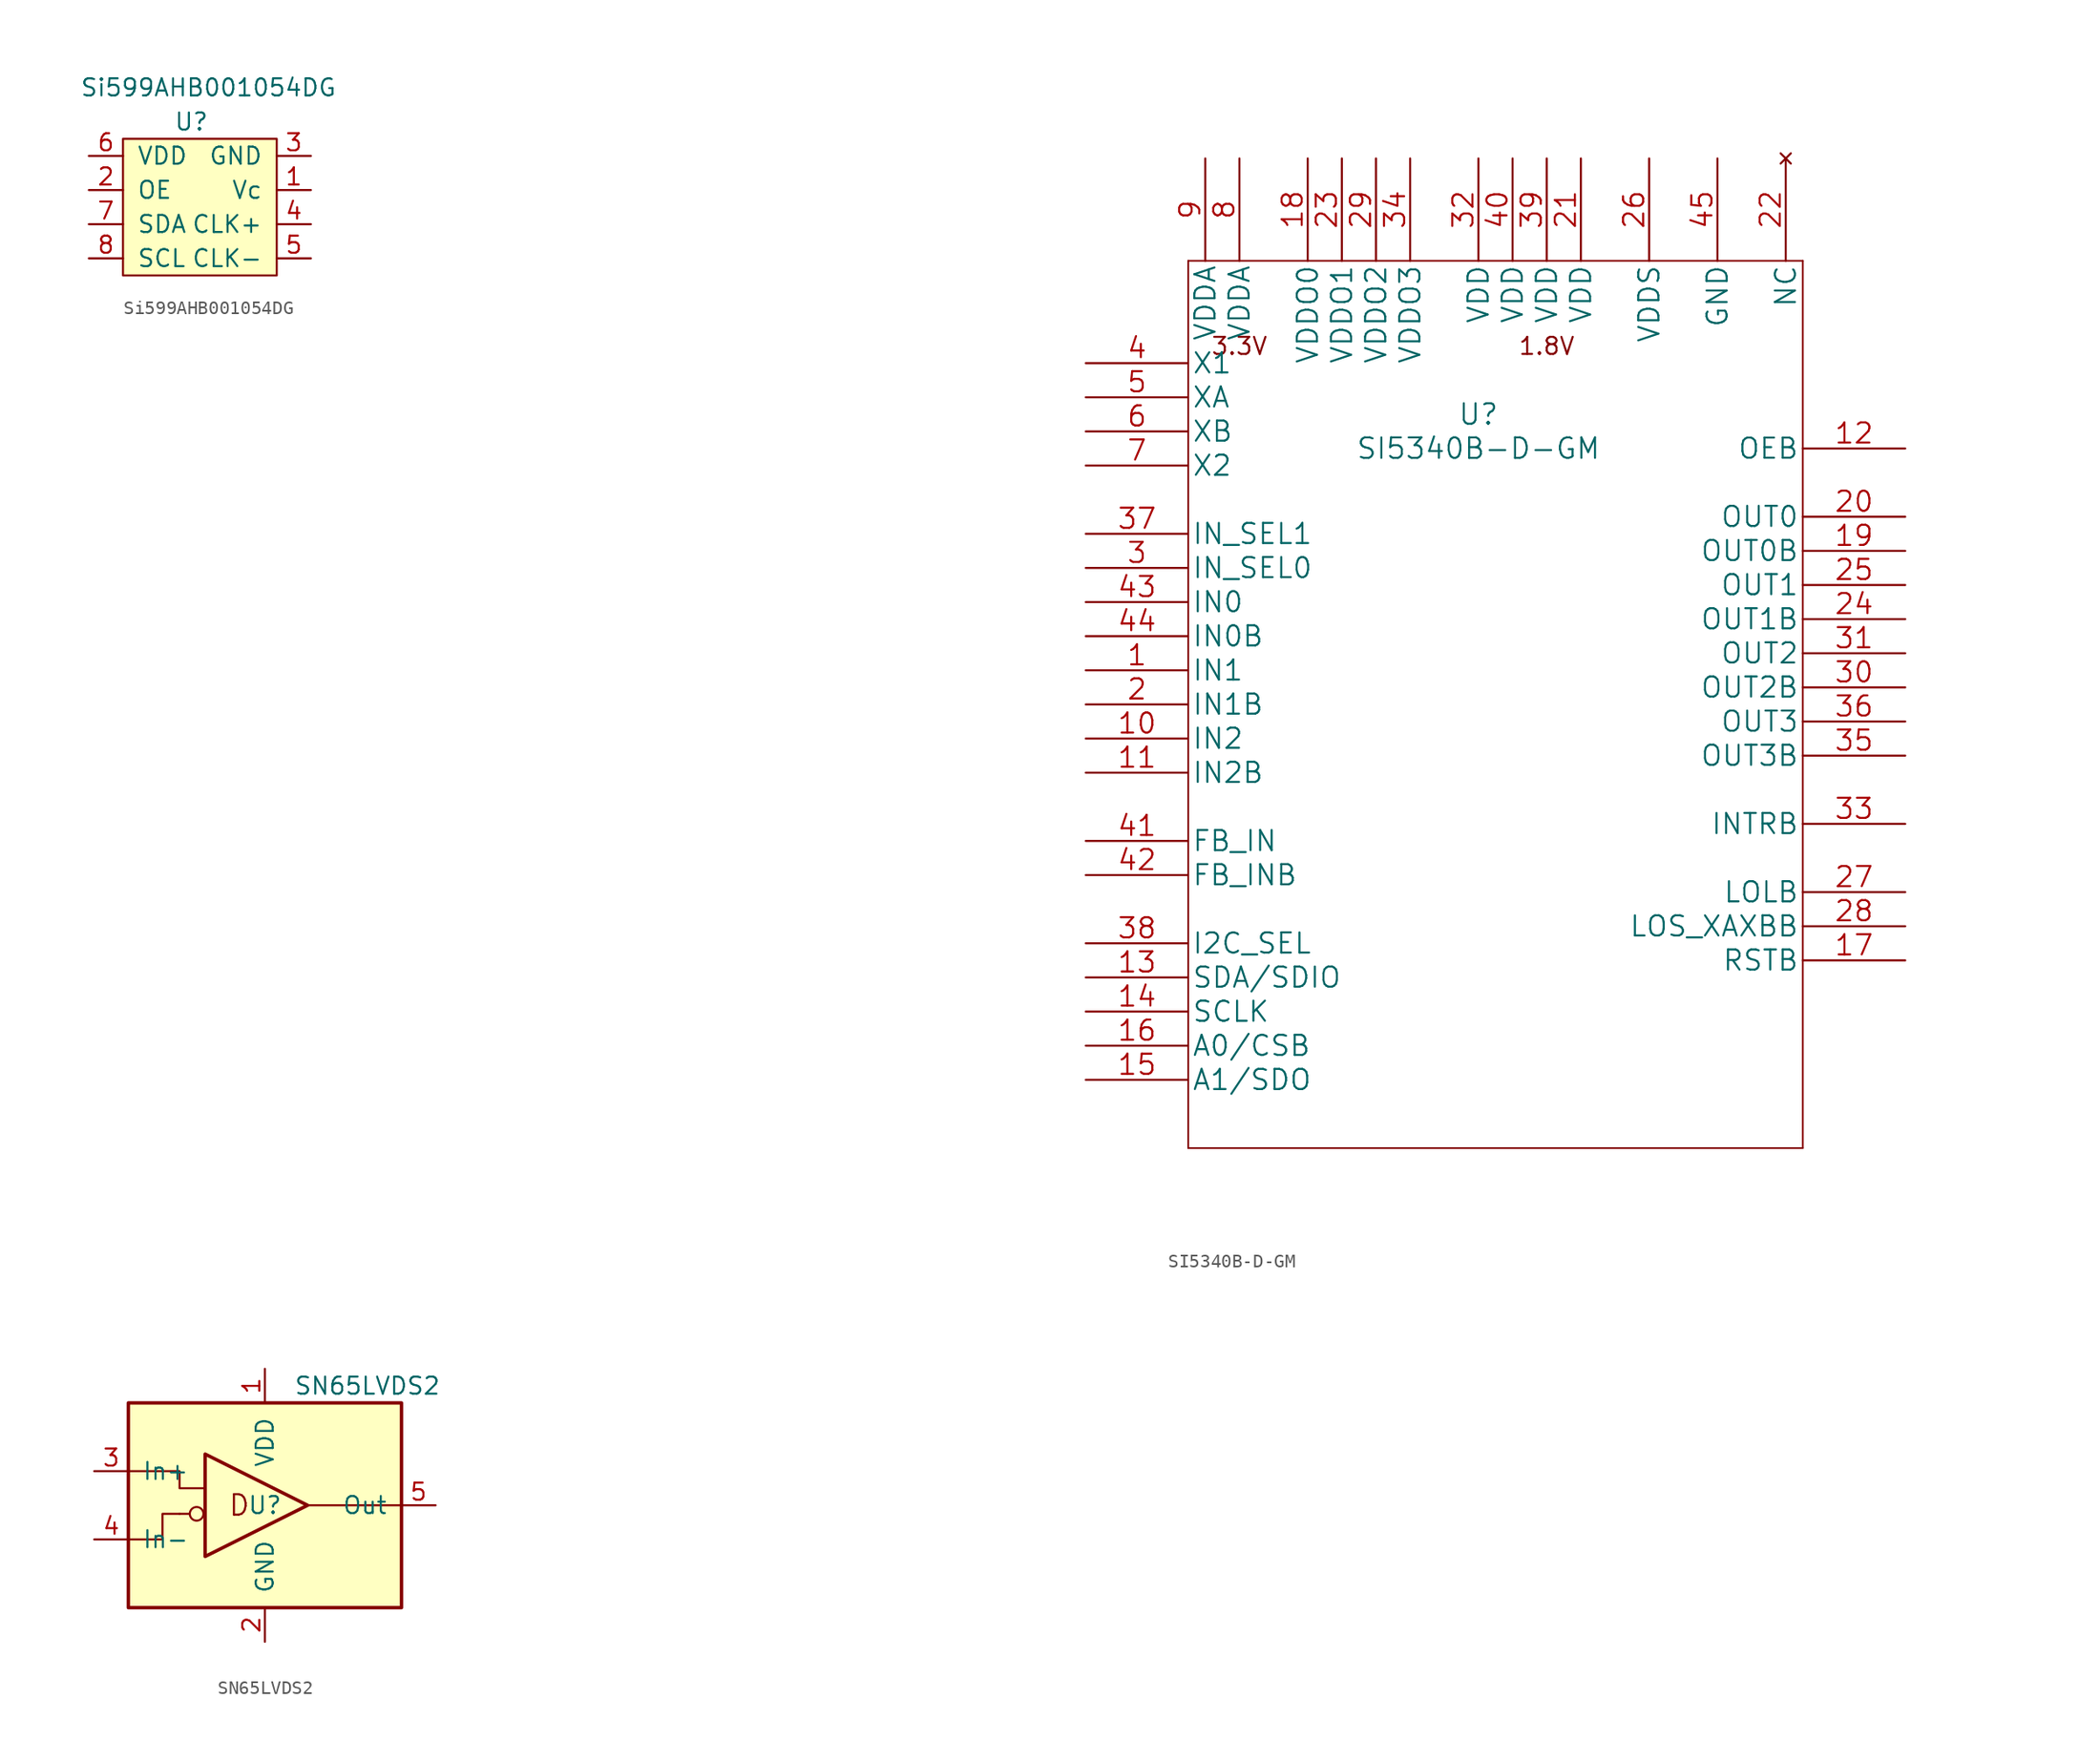
<source format=kicad_sym>
(kicad_symbol_lib
  (version 20211014)
  (generator kicad_symbol_editor)
  (symbol "Si599AHB001054DG"
    (pin_names
      (offset 1.016))
    (property "Reference" "U"
      (at 7.62 17.78 0)
      (effects (font (size 1.27 1.27))))
    (property "Value" "Si599AHB001054DG"
      (at 8.89 20.32 0)
      (effects (font (size 1.27 1.27))))
    (symbol "Si599AHB001054DG_0_1"
      (rectangle (start 2.54 16.51) (end 13.97 6.35) (stroke (width 0) (type default) (color 0 0 0 0)) (fill (type background))))
    (symbol "Si599AHB001054DG_1_1"
      (pin input line (at 16.51 12.7 180) (length 2.54) (name "Vc" (effects (font (size 1.27 1.27)))) (number "1" (effects (font (size 1.27 1.27)))))
      (pin input line (at 0 12.7 0) (length 2.54) (name "OE" (effects (font (size 1.27 1.27)))) (number "2" (effects (font (size 1.27 1.27)))))
      (pin power_in line (at 16.51 15.24 180) (length 2.54) (name "GND" (effects (font (size 1.27 1.27)))) (number "3" (effects (font (size 1.27 1.27)))))
      (pin output line (at 16.51 10.16 180) (length 2.54) (name "CLK+" (effects (font (size 1.27 1.27)))) (number "4" (effects (font (size 1.27 1.27)))))
      (pin output line (at 16.51 7.62 180) (length 2.54) (name "CLK-" (effects (font (size 1.27 1.27)))) (number "5" (effects (font (size 1.27 1.27)))))
      (pin power_in line (at 0 15.24 0) (length 2.54) (name "VDD" (effects (font (size 1.27 1.27)))) (number "6" (effects (font (size 1.27 1.27)))))
      (pin bidirectional line (at 0 10.16 0) (length 2.54) (name "SDA" (effects (font (size 1.27 1.27)))) (number "7" (effects (font (size 1.27 1.27)))))
      (pin bidirectional line (at 0 7.62 0) (length 2.54) (name "SCL" (effects (font (size 1.27 1.27)))) (number "8" (effects (font (size 1.27 1.27)))))))
  (symbol "SI5340B-D-GM"
    (pin_names
      (offset 0.254))
    (property "Reference" "U"
      (at 29.21 -6.35 0)
      (effects (font (size 1.524 1.524))))
    (property "Value" "SI5340B-D-GM"
      (at 29.21 -8.89 0)
      (effects (font (size 1.524 1.524))))
    (property "Datasheet" ""
      (at -39.37 -17.78 0)
      (effects (font (size 1.524 1.524))))
    (property "ki_locked" ""
      (at 0 0 0)
      (effects (font (size 1.27 1.27))))
    (symbol "SI5340B-D-GM_0_0"
      (text "1.8V" (at 34.29 -1.27 0) (effects (font (size 1.27 1.27))))
      (text "3.3V" (at 11.43 -1.27 0) (effects (font (size 1.27 1.27)))))
    (symbol "SI5340B-D-GM_1_1"
      (polyline (pts (xy 7.62 -60.96) (xy 53.34 -60.96)) (stroke (width 0.127) (type default) (color 0 0 0 0)) (fill (type none)))
      (polyline (pts (xy 7.62 5.08) (xy 7.62 -60.96)) (stroke (width 0.127) (type default) (color 0 0 0 0)) (fill (type none)))
      (polyline (pts (xy 53.34 -60.96) (xy 53.34 5.08)) (stroke (width 0.127) (type default) (color 0 0 0 0)) (fill (type none)))
      (polyline (pts (xy 53.34 5.08) (xy 7.62 5.08)) (stroke (width 0.127) (type default) (color 0 0 0 0)) (fill (type none)))
      (pin input line (at 0 -25.4 0) (length 7.62) (name "IN1" (effects (font (size 1.499 1.499)))) (number "1" (effects (font (size 1.499 1.499)))))
      (pin input line (at 0 -30.48 0) (length 7.62) (name "IN2" (effects (font (size 1.499 1.499)))) (number "10" (effects (font (size 1.499 1.499)))))
      (pin input line (at 0 -33.02 0) (length 7.62) (name "IN2B" (effects (font (size 1.499 1.499)))) (number "11" (effects (font (size 1.499 1.499)))))
      (pin input line (at 60.96 -8.89 180) (length 7.62) (name "OEB" (effects (font (size 1.499 1.499)))) (number "12" (effects (font (size 1.499 1.499)))))
      (pin bidirectional line (at 0 -48.26 0) (length 7.62) (name "SDA/SDIO" (effects (font (size 1.499 1.499)))) (number "13" (effects (font (size 1.499 1.499)))))
      (pin input line (at 0 -50.8 0) (length 7.62) (name "SCLK" (effects (font (size 1.499 1.499)))) (number "14" (effects (font (size 1.499 1.499)))))
      (pin bidirectional line (at 0 -55.88 0) (length 7.62) (name "A1/SDO" (effects (font (size 1.499 1.499)))) (number "15" (effects (font (size 1.499 1.499)))))
      (pin input line (at 0 -53.34 0) (length 7.62) (name "A0/CSB" (effects (font (size 1.499 1.499)))) (number "16" (effects (font (size 1.499 1.499)))))
      (pin input line (at 60.96 -46.99 180) (length 7.62) (name "RSTB" (effects (font (size 1.499 1.499)))) (number "17" (effects (font (size 1.499 1.499)))))
      (pin power_in line (at 16.51 12.7 270) (length 7.62) (name "VDDO0" (effects (font (size 1.499 1.499)))) (number "18" (effects (font (size 1.499 1.499)))))
      (pin output line (at 60.96 -16.51 180) (length 7.62) (name "OUT0B" (effects (font (size 1.499 1.499)))) (number "19" (effects (font (size 1.499 1.499)))))
      (pin input line (at 0 -27.94 0) (length 7.62) (name "IN1B" (effects (font (size 1.499 1.499)))) (number "2" (effects (font (size 1.499 1.499)))))
      (pin output line (at 60.96 -13.97 180) (length 7.62) (name "OUT0" (effects (font (size 1.499 1.499)))) (number "20" (effects (font (size 1.499 1.499)))))
      (pin power_in line (at 36.83 12.7 270) (length 7.62) (name "VDD" (effects (font (size 1.499 1.499)))) (number "21" (effects (font (size 1.499 1.499)))))
      (pin no_connect line (at 52.07 12.7 270) (length 7.62) (name "NC" (effects (font (size 1.499 1.499)))) (number "22" (effects (font (size 1.499 1.499)))))
      (pin power_in line (at 19.05 12.7 270) (length 7.62) (name "VDDO1" (effects (font (size 1.499 1.499)))) (number "23" (effects (font (size 1.499 1.499)))))
      (pin output line (at 60.96 -21.59 180) (length 7.62) (name "OUT1B" (effects (font (size 1.499 1.499)))) (number "24" (effects (font (size 1.499 1.499)))))
      (pin output line (at 60.96 -19.05 180) (length 7.62) (name "OUT1" (effects (font (size 1.499 1.499)))) (number "25" (effects (font (size 1.499 1.499)))))
      (pin power_in line (at 41.91 12.7 270) (length 7.62) (name "VDDS" (effects (font (size 1.499 1.499)))) (number "26" (effects (font (size 1.499 1.499)))))
      (pin output line (at 60.96 -41.91 180) (length 7.62) (name "LOLB" (effects (font (size 1.499 1.499)))) (number "27" (effects (font (size 1.499 1.499)))))
      (pin output line (at 60.96 -44.45 180) (length 7.62) (name "LOS_XAXBB" (effects (font (size 1.499 1.499)))) (number "28" (effects (font (size 1.499 1.499)))))
      (pin power_in line (at 21.59 12.7 270) (length 7.62) (name "VDDO2" (effects (font (size 1.499 1.499)))) (number "29" (effects (font (size 1.499 1.499)))))
      (pin input line (at 0 -17.78 0) (length 7.62) (name "IN_SEL0" (effects (font (size 1.499 1.499)))) (number "3" (effects (font (size 1.499 1.499)))))
      (pin output line (at 60.96 -26.67 180) (length 7.62) (name "OUT2B" (effects (font (size 1.499 1.499)))) (number "30" (effects (font (size 1.499 1.499)))))
      (pin output line (at 60.96 -24.13 180) (length 7.62) (name "OUT2" (effects (font (size 1.499 1.499)))) (number "31" (effects (font (size 1.499 1.499)))))
      (pin power_in line (at 29.21 12.7 270) (length 7.62) (name "VDD" (effects (font (size 1.499 1.499)))) (number "32" (effects (font (size 1.499 1.499)))))
      (pin output line (at 60.96 -36.83 180) (length 7.62) (name "INTRB" (effects (font (size 1.499 1.499)))) (number "33" (effects (font (size 1.499 1.499)))))
      (pin power_in line (at 24.13 12.7 270) (length 7.62) (name "VDDO3" (effects (font (size 1.499 1.499)))) (number "34" (effects (font (size 1.499 1.499)))))
      (pin output line (at 60.96 -31.75 180) (length 7.62) (name "OUT3B" (effects (font (size 1.499 1.499)))) (number "35" (effects (font (size 1.499 1.499)))))
      (pin output line (at 60.96 -29.21 180) (length 7.62) (name "OUT3" (effects (font (size 1.499 1.499)))) (number "36" (effects (font (size 1.499 1.499)))))
      (pin input line (at 0 -15.24 0) (length 7.62) (name "IN_SEL1" (effects (font (size 1.499 1.499)))) (number "37" (effects (font (size 1.499 1.499)))))
      (pin input line (at 0 -45.72 0) (length 7.62) (name "I2C_SEL" (effects (font (size 1.499 1.499)))) (number "38" (effects (font (size 1.499 1.499)))))
      (pin power_in line (at 34.29 12.7 270) (length 7.62) (name "VDD" (effects (font (size 1.499 1.499)))) (number "39" (effects (font (size 1.499 1.499)))))
      (pin input line (at 0 -2.54 0) (length 7.62) (name "X1" (effects (font (size 1.499 1.499)))) (number "4" (effects (font (size 1.499 1.499)))))
      (pin power_in line (at 31.75 12.7 270) (length 7.62) (name "VDD" (effects (font (size 1.499 1.499)))) (number "40" (effects (font (size 1.499 1.499)))))
      (pin input line (at 0 -38.1 0) (length 7.62) (name "FB_IN" (effects (font (size 1.499 1.499)))) (number "41" (effects (font (size 1.499 1.499)))))
      (pin input line (at 0 -40.64 0) (length 7.62) (name "FB_INB" (effects (font (size 1.499 1.499)))) (number "42" (effects (font (size 1.499 1.499)))))
      (pin input line (at 0 -20.32 0) (length 7.62) (name "IN0" (effects (font (size 1.499 1.499)))) (number "43" (effects (font (size 1.499 1.499)))))
      (pin input line (at 0 -22.86 0) (length 7.62) (name "IN0B" (effects (font (size 1.499 1.499)))) (number "44" (effects (font (size 1.499 1.499)))))
      (pin power_in line (at 46.99 12.7 270) (length 7.62) (name "GND" (effects (font (size 1.499 1.499)))) (number "45" (effects (font (size 1.499 1.499)))))
      (pin input line (at 0 -5.08 0) (length 7.62) (name "XA" (effects (font (size 1.499 1.499)))) (number "5" (effects (font (size 1.499 1.499)))))
      (pin input line (at 0 -7.62 0) (length 7.62) (name "XB" (effects (font (size 1.499 1.499)))) (number "6" (effects (font (size 1.499 1.499)))))
      (pin input line (at 0 -10.16 0) (length 7.62) (name "X2" (effects (font (size 1.499 1.499)))) (number "7" (effects (font (size 1.499 1.499)))))
      (pin power_in line (at 11.43 12.7 270) (length 7.62) (name "VDDA" (effects (font (size 1.499 1.499)))) (number "8" (effects (font (size 1.499 1.499)))))
      (pin power_in line (at 8.89 12.7 270) (length 7.62) (name "VDDA" (effects (font (size 1.499 1.499)))) (number "9" (effects (font (size 1.499 1.499)))))))
  (symbol "SN65LVDS2"
    (pin_names
      (offset 1.016))
    (property "Reference" "U"
      (at 0 0 0)
      (effects (font (size 1.27 1.27))))
    (property "Value" "SN65LVDS2"
      (at 7.62 8.89 0)
      (effects (font (size 1.27 1.27))))
    (symbol "SN65LVDS2_0_1"
      (polyline (pts (xy -10.16 -2.54) (xy -7.62 -2.54) (xy -7.62 -0.635) (xy -6.35 -0.635)) (stroke (width 0) (type default) (color 0 0 0 0)) (fill (type none)))
      (polyline (pts (xy -10.16 2.54) (xy -6.35 2.54) (xy -6.35 1.27) (xy -4.445 1.27)) (stroke (width 0) (type default) (color 0 0 0 0)) (fill (type none))))
    (symbol "SN65LVDS2_1_1"
      (rectangle (start -10.16 7.62) (end 10.16 -7.62) (stroke (width 0.254) (type default) (color 0 0 0 0)) (fill (type background)))
      (circle (center -5.08 -0.635) (radius 0.508) (stroke (width 0) (type default) (color 0 0 0 0)) (fill (type none)))
      (polyline (pts (xy -5.588 -0.635) (xy -6.35 -0.635)) (stroke (width 0) (type default) (color 0 0 0 0)) (fill (type none)))
      (polyline (pts (xy 3.175 0) (xy 10.16 0)) (stroke (width 0) (type default) (color 0 0 0 0)) (fill (type none)))
      (polyline (pts (xy -4.445 -3.81) (xy -4.445 3.81) (xy 3.175 0) (xy -4.445 -3.81)) (stroke (width 0.254) (type default) (color 0 0 0 0)) (fill (type none)))
      (text "D" (at -1.905 0 0) (effects (font (size 1.524 1.524))))
      (pin power_in line (at 0 10.16 270) (length 2.54) (name "VDD" (effects (font (size 1.27 1.27)))) (number "1" (effects (font (size 1.27 1.27)))))
      (pin power_in line (at 0 -10.16 90) (length 2.54) (name "GND" (effects (font (size 1.27 1.27)))) (number "2" (effects (font (size 1.27 1.27)))))
      (pin input line (at -12.7 2.54 0) (length 2.54) (name "In+" (effects (font (size 1.27 1.27)))) (number "3" (effects (font (size 1.27 1.27)))))
      (pin input line (at -12.7 -2.54 0) (length 2.54) (name "In-" (effects (font (size 1.27 1.27)))) (number "4" (effects (font (size 1.27 1.27)))))
      (pin output line (at 12.7 0 180) (length 2.54) (name "Out" (effects (font (size 1.27 1.27)))) (number "5" (effects (font (size 1.27 1.27))))))))
</source>
